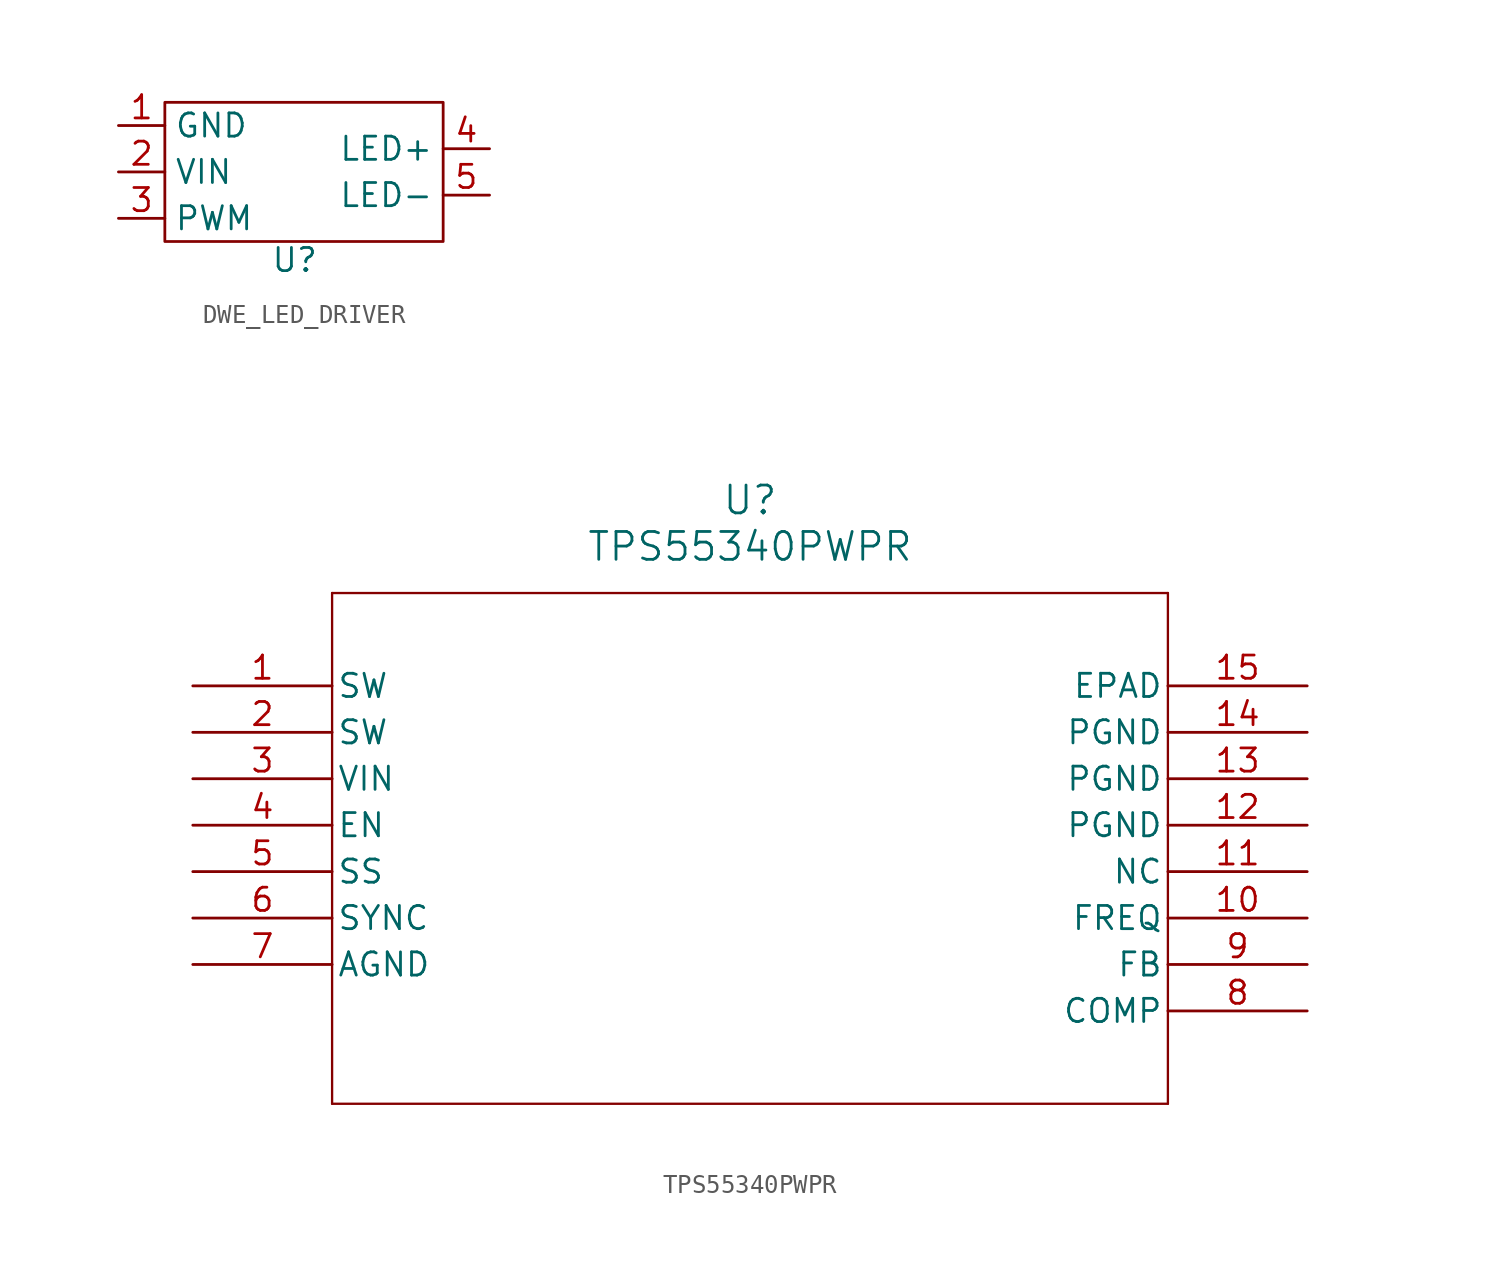
<source format=kicad_sym>
(kicad_symbol_lib
  (version 20231120)
  (generator "kicad_symbol_editor")
  (generator_version "8.0")
  (symbol "DWE_LED_DRIVER"
    (property "Reference" "U"
      (at -0.508 -4.826 0)
      (effects (font (size 1.27 1.27))))
    (property "Value" ""
      (at 3.81 -2.54 0)
      (effects (font (size 1.27 1.27))))
    (symbol "DWE_LED_DRIVER_0_1"
      (polyline (pts (xy -7.62 3.81) (xy -7.62 -3.81) (xy 7.62 -3.81) (xy 7.62 3.81) (xy -7.62 3.81)) (stroke (width 0) (type default)) (fill (type none))))
    (symbol "DWE_LED_DRIVER_1_1"
      (pin power_in line (at -10.16 2.54 0) (length 2.54) (name "GND" (effects (font (size 1.27 1.27)))) (number "1" (effects (font (size 1.27 1.27)))))
      (pin power_in line (at -10.16 0 0) (length 2.54) (name "VIN" (effects (font (size 1.27 1.27)))) (number "2" (effects (font (size 1.27 1.27)))))
      (pin input line (at -10.16 -2.54 0) (length 2.54) (name "PWM" (effects (font (size 1.27 1.27)))) (number "3" (effects (font (size 1.27 1.27)))))
      (pin input line (at 10.16 1.27 180) (length 2.54) (name "LED+" (effects (font (size 1.27 1.27)))) (number "4" (effects (font (size 1.27 1.27)))))
      (pin input line (at 10.16 -1.27 180) (length 2.54) (name "LED-" (effects (font (size 1.27 1.27)))) (number "5" (effects (font (size 1.27 1.27)))))))
  (symbol "TPS55340PWPR"
    (pin_names
      (offset 0.254))
    (property "Reference" "U"
      (at 30.48 10.16 0)
      (effects (font (size 1.524 1.524))))
    (property "Value" "TPS55340PWPR"
      (at 30.48 7.62 0)
      (effects (font (size 1.524 1.524))))
    (property "ki_locked" ""
      (at 0 0 0)
      (effects (font (size 1.27 1.27))))
    (symbol "TPS55340PWPR_1_1"
      (polyline (pts (xy 7.62 -22.86) (xy 53.34 -22.86)) (stroke (width 0.127) (type default)) (fill (type none)))
      (polyline (pts (xy 7.62 5.08) (xy 7.62 -22.86)) (stroke (width 0.127) (type default)) (fill (type none)))
      (polyline (pts (xy 53.34 -22.86) (xy 53.34 5.08)) (stroke (width 0.127) (type default)) (fill (type none)))
      (polyline (pts (xy 53.34 5.08) (xy 7.62 5.08)) (stroke (width 0.127) (type default)) (fill (type none)))
      (pin output line (at 0 0 0) (length 7.62) (name "SW" (effects (font (size 1.27 1.27)))) (number "1" (effects (font (size 1.27 1.27)))))
      (pin output line (at 60.96 -12.7 180) (length 7.62) (name "FREQ" (effects (font (size 1.27 1.27)))) (number "10" (effects (font (size 1.27 1.27)))))
      (pin input line (at 60.96 -10.16 180) (length 7.62) (name "NC" (effects (font (size 1.27 1.27)))) (number "11" (effects (font (size 1.27 1.27)))))
      (pin power_in line (at 60.96 -7.62 180) (length 7.62) (name "PGND" (effects (font (size 1.27 1.27)))) (number "12" (effects (font (size 1.27 1.27)))))
      (pin power_in line (at 60.96 -5.08 180) (length 7.62) (name "PGND" (effects (font (size 1.27 1.27)))) (number "13" (effects (font (size 1.27 1.27)))))
      (pin power_in line (at 60.96 -2.54 180) (length 7.62) (name "PGND" (effects (font (size 1.27 1.27)))) (number "14" (effects (font (size 1.27 1.27)))))
      (pin power_in line (at 60.96 0 180) (length 7.62) (name "EPAD" (effects (font (size 1.27 1.27)))) (number "15" (effects (font (size 1.27 1.27)))))
      (pin output line (at 0 -2.54 0) (length 7.62) (name "SW" (effects (font (size 1.27 1.27)))) (number "2" (effects (font (size 1.27 1.27)))))
      (pin power_in line (at 0 -5.08 0) (length 7.62) (name "VIN" (effects (font (size 1.27 1.27)))) (number "3" (effects (font (size 1.27 1.27)))))
      (pin input line (at 0 -7.62 0) (length 7.62) (name "EN" (effects (font (size 1.27 1.27)))) (number "4" (effects (font (size 1.27 1.27)))))
      (pin input line (at 0 -10.16 0) (length 7.62) (name "SS" (effects (font (size 1.27 1.27)))) (number "5" (effects (font (size 1.27 1.27)))))
      (pin input line (at 0 -12.7 0) (length 7.62) (name "SYNC" (effects (font (size 1.27 1.27)))) (number "6" (effects (font (size 1.27 1.27)))))
      (pin power_in line (at 0 -15.24 0) (length 7.62) (name "AGND" (effects (font (size 1.27 1.27)))) (number "7" (effects (font (size 1.27 1.27)))))
      (pin output line (at 60.96 -17.78 180) (length 7.62) (name "COMP" (effects (font (size 1.27 1.27)))) (number "8" (effects (font (size 1.27 1.27)))))
      (pin input line (at 60.96 -15.24 180) (length 7.62) (name "FB" (effects (font (size 1.27 1.27)))) (number "9" (effects (font (size 1.27 1.27))))))))
</source>
